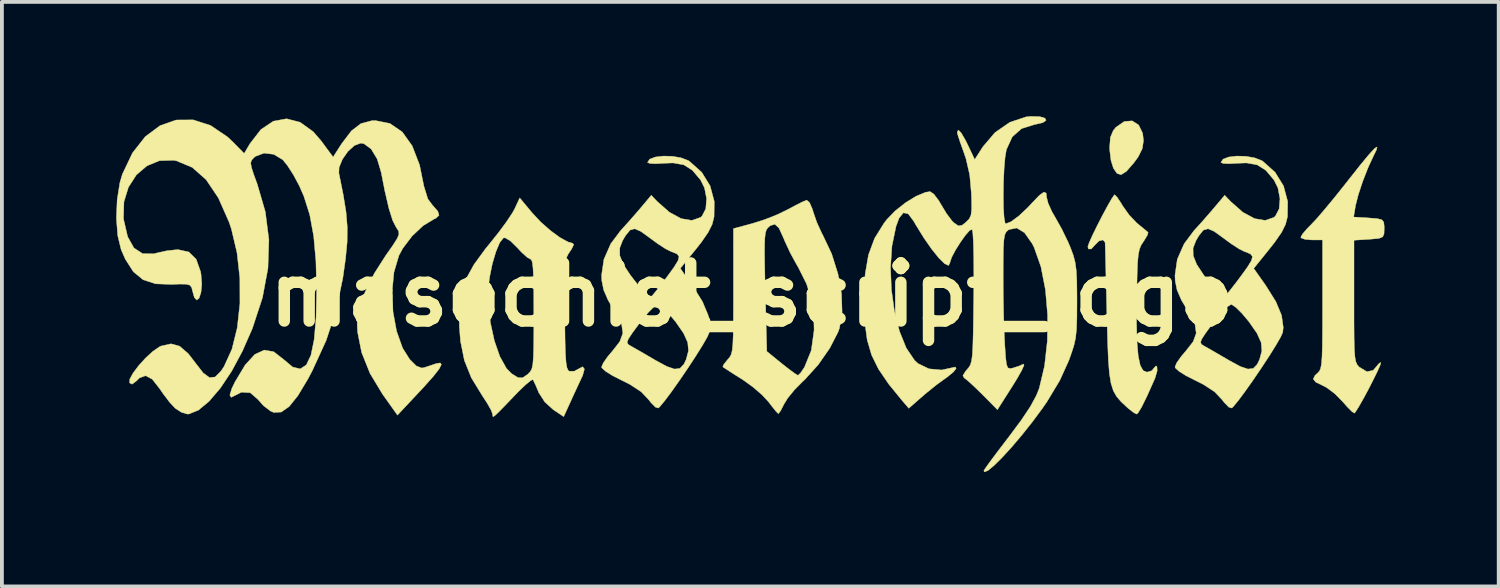
<source format=kicad_pcb>
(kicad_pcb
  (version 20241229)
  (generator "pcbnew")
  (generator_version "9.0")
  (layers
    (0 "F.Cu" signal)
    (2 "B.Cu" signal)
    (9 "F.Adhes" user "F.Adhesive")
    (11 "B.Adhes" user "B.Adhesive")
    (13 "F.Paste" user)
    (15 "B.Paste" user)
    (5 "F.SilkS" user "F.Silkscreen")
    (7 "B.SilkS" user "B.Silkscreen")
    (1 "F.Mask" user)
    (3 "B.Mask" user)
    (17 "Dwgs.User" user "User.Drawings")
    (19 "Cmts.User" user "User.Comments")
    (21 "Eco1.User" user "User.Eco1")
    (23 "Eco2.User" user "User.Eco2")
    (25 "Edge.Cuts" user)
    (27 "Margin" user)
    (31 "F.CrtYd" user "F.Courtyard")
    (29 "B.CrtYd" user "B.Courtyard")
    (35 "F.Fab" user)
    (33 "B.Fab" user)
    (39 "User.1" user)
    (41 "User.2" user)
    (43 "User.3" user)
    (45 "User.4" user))
  (footprint "masochist_script_logo"
    (layer "F.Cu")
    (at 16.676 4.686)
    (property "Reference" "masochist_script_logo" (at 0 0 0) (layer "F.SilkS") (effects (font (size 1.524 1.524) (thickness 0.3))))
    (attr through_hole)
    (fp_poly (pts (xy 10.16 -4.456) (xy 10.265 -4.239) (xy 10.287 -4.045) (xy 10.255 -3.834) (xy 10.146 -3.616) (xy 10.03 -3.458) (xy 9.839 -3.239) (xy 9.7 -3.15) (xy 9.591 -3.184) (xy 9.497 -3.321) (xy 9.433 -3.527) (xy 9.4 -3.8) (xy 9.398 -3.865) (xy 9.418 -4.131) (xy 9.493 -4.31) (xy 9.565 -4.397) (xy 9.783 -4.548) (xy 9.99 -4.564) (xy 10.16 -4.456)) (stroke (width 0.01) (type solid)) (fill yes) (layer "F.SilkS"))
    (fp_poly (pts (xy 9.592 -2.563) (xy 9.695 -2.409) (xy 9.738 -2.336) (xy 9.907 -2.098) (xy 10.108 -1.885) (xy 10.143 -1.856) (xy 10.294 -1.733) (xy 10.393 -1.65) (xy 10.409 -1.636) (xy 10.388 -1.563) (xy 10.303 -1.421) (xy 10.282 -1.39) (xy 10.222 -1.297) (xy 10.18 -1.193) (xy 10.151 -1.05) (xy 10.132 -0.836) (xy 10.12 -0.522) (xy 10.111 -0.078) (xy 10.108 0.081) (xy 10.104 0.74) (xy 10.117 1.245) (xy 10.149 1.612) (xy 10.202 1.856) (xy 10.278 1.991) (xy 10.379 2.032) (xy 10.507 1.993) (xy 10.559 1.926) (xy 10.614 1.868) (xy 10.64 1.886) (xy 10.646 1.995) (xy 10.593 2.179) (xy 10.574 2.225) (xy 10.379 2.661) (xy 10.236 2.952) (xy 10.142 3.104) (xy 10.105 3.133) (xy 10.023 3.089) (xy 9.884 2.98) (xy 9.842 2.942) (xy 9.694 2.803) (xy 9.58 2.67) (xy 9.496 2.521) (xy 9.435 2.329) (xy 9.393 2.073) (xy 9.365 1.726) (xy 9.346 1.264) (xy 9.33 0.664) (xy 9.325 0.481) (xy 9.313 -0.054) (xy 9.301 -0.532) (xy 9.291 -0.926) (xy 9.284 -1.211) (xy 9.279 -1.36) (xy 9.278 -1.376) (xy 9.224 -1.438) (xy 9.119 -1.412) (xy 9.018 -1.313) (xy 9.017 -1.312) (xy 8.918 -1.203) (xy 8.844 -1.2) (xy 8.826 -1.261) (xy 8.86 -1.364) (xy 8.948 -1.56) (xy 9.071 -1.812) (xy 9.209 -2.082) (xy 9.344 -2.332) (xy 9.454 -2.524) (xy 9.521 -2.62) (xy 9.529 -2.625) (xy 9.592 -2.563)) (stroke (width 0.01) (type solid)) (fill yes) (layer "F.SilkS"))
    (fp_poly (pts (xy 16.402 -3.804) (xy 16.332 -3.662) (xy 16.188 -3.352) (xy 16.044 -2.985) (xy 15.924 -2.623) (xy 15.85 -2.332) (xy 15.847 -2.311) (xy 15.803 -2.04) (xy 16.204 -2.015) (xy 16.422 -1.998) (xy 16.542 -1.968) (xy 16.593 -1.906) (xy 16.605 -1.79) (xy 16.605 -1.736) (xy 16.6 -1.597) (xy 16.565 -1.519) (xy 16.47 -1.48) (xy 16.287 -1.462) (xy 16.208 -1.456) (xy 15.812 -1.431) (xy 15.812 0.169) (xy 15.812 0.726) (xy 15.815 1.139) (xy 15.822 1.432) (xy 15.836 1.628) (xy 15.858 1.752) (xy 15.891 1.83) (xy 15.935 1.884) (xy 15.953 1.9) (xy 16.151 2.02) (xy 16.315 1.984) (xy 16.383 1.905) (xy 16.473 1.799) (xy 16.515 1.778) (xy 16.502 1.84) (xy 16.431 2.002) (xy 16.32 2.228) (xy 16.189 2.485) (xy 16.054 2.735) (xy 15.934 2.945) (xy 15.849 3.079) (xy 15.822 3.108) (xy 15.756 3.065) (xy 15.629 2.937) (xy 15.515 2.806) (xy 15.312 2.6) (xy 15.093 2.436) (xy 14.991 2.383) (xy 14.808 2.294) (xy 14.742 2.213) (xy 14.788 2.118) (xy 14.859 2.052) (xy 14.902 2.007) (xy 14.934 1.939) (xy 14.957 1.825) (xy 14.972 1.642) (xy 14.981 1.366) (xy 14.985 0.974) (xy 14.986 0.443) (xy 14.986 0.253) (xy 14.986 -1.439) (xy 14.7 -1.439) (xy 14.53 -1.453) (xy 14.428 -1.489) (xy 14.415 -1.51) (xy 14.462 -1.595) (xy 14.583 -1.737) (xy 14.684 -1.839) (xy 14.828 -1.991) (xy 15.037 -2.234) (xy 15.287 -2.536) (xy 15.555 -2.87) (xy 15.653 -2.995) (xy 15.972 -3.398) (xy 16.205 -3.68) (xy 16.353 -3.84) (xy 16.418 -3.881) (xy 16.402 -3.804)) (stroke (width 0.01) (type solid)) (fill yes) (layer "F.SilkS"))
    (fp_poly (pts (xy 1.521 -2.42) (xy 1.597 -2.247) (xy 1.616 -2.18) (xy 1.713 -1.899) (xy 1.844 -1.612) (xy 1.87 -1.565) (xy 2.102 -1.074) (xy 2.268 -0.548) (xy 2.361 -0.023) (xy 2.376 0.465) (xy 2.306 0.88) (xy 2.273 0.974) (xy 2.052 1.403) (xy 1.749 1.838) (xy 1.398 2.226) (xy 1.33 2.289) (xy 1.124 2.498) (xy 0.948 2.714) (xy 0.847 2.879) (xy 0.764 3.044) (xy 0.706 3.12) (xy 0.701 3.121) (xy 0.64 3.059) (xy 0.523 2.914) (xy 0.445 2.811) (xy 0.276 2.629) (xy 0.039 2.424) (xy -0.221 2.236) (xy -0.254 2.215) (xy -0.476 2.076) (xy -0.649 1.964) (xy -0.745 1.9) (xy -0.755 1.892) (xy -0.73 1.829) (xy -0.634 1.709) (xy -0.628 1.703) (xy -0.576 1.642) (xy -0.537 1.573) (xy -0.51 1.469) (xy -0.492 1.309) (xy -0.482 1.065) (xy -0.478 0.715) (xy -0.476 0.234) (xy -0.476 -0.098) (xy -0.476 -1.242) (xy 0.34 -1.242) (xy 0.342 -0.907) (xy 0.351 -0.441) (xy 0.36 -0.082) (xy 0.4 1.486) (xy 0.787 1.801) (xy 0.984 1.956) (xy 1.137 2.068) (xy 1.216 2.116) (xy 1.218 2.116) (xy 1.283 2.057) (xy 1.382 1.912) (xy 1.389 1.9) (xy 1.568 1.46) (xy 1.641 0.931) (xy 1.634 0.594) (xy 1.573 0.131) (xy 1.443 -0.287) (xy 1.227 -0.718) (xy 1.176 -0.804) (xy 1.019 -1.092) (xy 0.873 -1.406) (xy 0.833 -1.503) (xy 0.718 -1.752) (xy 0.611 -1.851) (xy 0.488 -1.812) (xy 0.426 -1.757) (xy 0.389 -1.704) (xy 0.363 -1.617) (xy 0.347 -1.471) (xy 0.34 -1.242) (xy -0.476 -1.242) (xy -0.476 -1.736) (xy 0.035 -1.874) (xy 0.348 -1.974) (xy 0.678 -2.105) (xy 0.954 -2.239) (xy 0.955 -2.24) (xy 1.173 -2.356) (xy 1.35 -2.444) (xy 1.449 -2.483) (xy 1.449 -2.483) (xy 1.521 -2.42)) (stroke (width 0.01) (type solid)) (fill yes) (layer "F.SilkS"))
    (fp_poly (pts (xy -5.757 -2.148) (xy -5.532 -1.907) (xy -5.277 -1.683) (xy -5.027 -1.5) (xy -4.814 -1.384) (xy -4.704 -1.355) (xy -4.666 -1.318) (xy -4.725 -1.197) (xy -4.754 -1.155) (xy -4.81 -1.072) (xy -4.851 -0.99) (xy -4.879 -0.882) (xy -4.897 -0.722) (xy -4.906 -0.487) (xy -4.908 -0.149) (xy -4.905 0.315) (xy -4.901 0.701) (xy -4.895 1.195) (xy -4.885 1.545) (xy -4.869 1.777) (xy -4.845 1.915) (xy -4.812 1.986) (xy -4.786 2.006) (xy -4.653 2.006) (xy -4.557 1.955) (xy -4.433 1.89) (xy -4.387 1.95) (xy -4.432 2.115) (xy -4.444 2.142) (xy -4.526 2.317) (xy -4.644 2.571) (xy -4.732 2.764) (xy -4.931 3.2) (xy -5.205 3.016) (xy -5.427 2.815) (xy -5.584 2.571) (xy -5.592 2.551) (xy -5.674 2.357) (xy -5.733 2.236) (xy -5.739 2.226) (xy -5.8 2.254) (xy -5.936 2.367) (xy -6.121 2.544) (xy -6.204 2.63) (xy -6.455 2.892) (xy -6.623 3.064) (xy -6.724 3.161) (xy -6.775 3.199) (xy -6.793 3.191) (xy -6.795 3.151) (xy -6.795 3.139) (xy -6.835 3.03) (xy -6.941 2.843) (xy -7.072 2.642) (xy -7.355 2.179) (xy -7.538 1.723) (xy -7.639 1.222) (xy -7.67 0.835) (xy -7.67 0.36) (xy -7.652 0.228) (xy -6.909 0.228) (xy -6.855 0.729) (xy -6.751 1.206) (xy -6.607 1.621) (xy -6.432 1.935) (xy -6.3 2.07) (xy -6.131 2.174) (xy -6.009 2.18) (xy -5.877 2.089) (xy -5.856 2.07) (xy -5.805 2.014) (xy -5.767 1.943) (xy -5.742 1.828) (xy -5.727 1.646) (xy -5.719 1.368) (xy -5.715 0.971) (xy -5.715 0.503) (xy -5.717 -0.042) (xy -5.724 -0.437) (xy -5.736 -0.703) (xy -5.756 -0.859) (xy -5.784 -0.926) (xy -5.799 -0.931) (xy -5.891 -0.983) (xy -6.038 -1.116) (xy -6.15 -1.236) (xy -6.331 -1.414) (xy -6.469 -1.494) (xy -6.513 -1.491) (xy -6.609 -1.37) (xy -6.711 -1.128) (xy -6.805 -0.811) (xy -6.875 -0.464) (xy -6.901 -0.256) (xy -6.909 0.228) (xy -7.652 0.228) (xy -7.614 -0.046) (xy -7.491 -0.419) (xy -7.286 -0.792) (xy -6.987 -1.202) (xy -6.867 -1.349) (xy -6.639 -1.635) (xy -6.434 -1.912) (xy -6.28 -2.143) (xy -6.216 -2.258) (xy -6.085 -2.542) (xy -5.757 -2.148)) (stroke (width 0.01) (type solid)) (fill yes) (layer "F.SilkS"))
    (fp_poly (pts (xy -2.08 -3.634) (xy -1.852 -3.595) (xy -1.663 -3.523) (xy -1.632 -3.504) (xy -1.308 -3.214) (xy -1.088 -2.857) (xy -0.979 -2.45) (xy -0.984 -2.048) (xy -1.033 -1.85) (xy -1.138 -1.639) (xy -1.316 -1.381) (xy -1.448 -1.213) (xy -1.87 -0.691) (xy -1.551 -0.24) (xy -1.289 0.179) (xy -1.138 0.54) (xy -1.094 0.855) (xy -1.108 0.985) (xy -1.162 1.108) (xy -1.285 1.323) (xy -1.459 1.601) (xy -1.663 1.913) (xy -1.88 2.232) (xy -2.088 2.527) (xy -2.27 2.771) (xy -2.405 2.935) (xy -2.445 2.974) (xy -2.522 2.951) (xy -2.643 2.829) (xy -2.699 2.756) (xy -2.896 2.548) (xy -3.191 2.354) (xy -3.413 2.243) (xy -3.648 2.124) (xy -3.829 2.011) (xy -3.927 1.922) (xy -3.937 1.896) (xy -3.891 1.788) (xy -3.773 1.62) (xy -3.651 1.477) (xy -3.473 1.249) (xy -3.266 1.249) (xy -3.24 1.302) (xy -3.17 1.346) (xy -3.042 1.418) (xy -2.835 1.537) (xy -2.59 1.68) (xy -2.513 1.725) (xy -2.224 1.882) (xy -2.021 1.951) (xy -1.879 1.932) (xy -1.777 1.824) (xy -1.716 1.697) (xy -1.656 1.471) (xy -1.675 1.254) (xy -1.783 1.013) (xy -1.988 0.717) (xy -1.999 0.703) (xy -2.181 0.486) (xy -2.342 0.327) (xy -2.451 0.255) (xy -2.461 0.254) (xy -2.557 0.311) (xy -2.71 0.464) (xy -2.892 0.682) (xy -2.95 0.758) (xy -3.131 1.005) (xy -3.233 1.159) (xy -3.266 1.249) (xy -3.473 1.249) (xy -3.458 1.229) (xy -3.378 1.01) (xy -3.41 0.781) (xy -3.55 0.504) (xy -3.578 0.46) (xy -3.769 0.136) (xy -3.881 -0.123) (xy -3.93 -0.363) (xy -3.937 -0.511) (xy -3.875 -0.931) (xy -3.745 -1.225) (xy -3.461 -1.225) (xy -3.458 -1.026) (xy -3.367 -0.797) (xy -3.18 -0.514) (xy -3.061 -0.36) (xy -2.888 -0.148) (xy -2.751 0.009) (xy -2.675 0.082) (xy -2.669 0.085) (xy -2.611 0.028) (xy -2.486 -0.122) (xy -2.317 -0.339) (xy -2.23 -0.455) (xy -2.036 -0.722) (xy -1.929 -0.897) (xy -1.904 -1.004) (xy -1.956 -1.071) (xy -2.081 -1.123) (xy -2.109 -1.132) (xy -2.251 -1.202) (xy -2.455 -1.334) (xy -2.675 -1.495) (xy -2.907 -1.663) (xy -3.068 -1.732) (xy -3.19 -1.697) (xy -3.307 -1.554) (xy -3.385 -1.422) (xy -3.461 -1.225) (xy -3.745 -1.225) (xy -3.695 -1.339) (xy -3.44 -1.679) (xy -3.22 -1.923) (xy -2.988 -2.188) (xy -2.892 -2.301) (xy -2.632 -2.611) (xy -2.475 -2.446) (xy -2.156 -2.166) (xy -1.848 -1.999) (xy -1.569 -1.951) (xy -1.342 -2.029) (xy -1.301 -2.064) (xy -1.202 -2.256) (xy -1.18 -2.522) (xy -1.235 -2.805) (xy -1.337 -3.011) (xy -1.552 -3.266) (xy -1.779 -3.41) (xy -2.059 -3.46) (xy -2.298 -3.451) (xy -2.513 -3.439) (xy -2.668 -3.446) (xy -2.73 -3.472) (xy -2.731 -3.474) (xy -2.673 -3.559) (xy -2.524 -3.615) (xy -2.315 -3.64) (xy -2.08 -3.634)) (stroke (width 0.01) (type solid)) (fill yes) (layer "F.SilkS"))
    (fp_poly (pts (xy 12.969 -3.634) (xy 13.198 -3.595) (xy 13.387 -3.523) (xy 13.418 -3.504) (xy 13.741 -3.214) (xy 13.962 -2.857) (xy 14.071 -2.45) (xy 14.066 -2.048) (xy 14.016 -1.85) (xy 13.912 -1.639) (xy 13.733 -1.381) (xy 13.601 -1.213) (xy 13.18 -0.691) (xy 13.498 -0.24) (xy 13.76 0.179) (xy 13.911 0.54) (xy 13.955 0.855) (xy 13.942 0.985) (xy 13.888 1.108) (xy 13.764 1.323) (xy 13.591 1.601) (xy 13.386 1.913) (xy 13.17 2.232) (xy 12.961 2.527) (xy 12.78 2.771) (xy 12.645 2.935) (xy 12.605 2.974) (xy 12.527 2.951) (xy 12.406 2.829) (xy 12.351 2.756) (xy 12.154 2.548) (xy 11.858 2.354) (xy 11.636 2.243) (xy 11.401 2.124) (xy 11.221 2.011) (xy 11.123 1.922) (xy 11.113 1.896) (xy 11.158 1.788) (xy 11.277 1.62) (xy 11.398 1.477) (xy 11.577 1.249) (xy 11.784 1.249) (xy 11.809 1.302) (xy 11.879 1.346) (xy 12.008 1.418) (xy 12.214 1.537) (xy 12.46 1.68) (xy 12.537 1.725) (xy 12.825 1.882) (xy 13.029 1.951) (xy 13.17 1.932) (xy 13.273 1.824) (xy 13.334 1.697) (xy 13.394 1.471) (xy 13.375 1.254) (xy 13.267 1.013) (xy 13.061 0.717) (xy 13.051 0.703) (xy 12.868 0.486) (xy 12.707 0.327) (xy 12.598 0.255) (xy 12.588 0.254) (xy 12.493 0.311) (xy 12.34 0.464) (xy 12.157 0.682) (xy 12.099 0.758) (xy 11.919 1.005) (xy 11.817 1.159) (xy 11.784 1.249) (xy 11.577 1.249) (xy 11.592 1.229) (xy 11.671 1.01) (xy 11.64 0.781) (xy 11.5 0.504) (xy 11.472 0.46) (xy 11.28 0.136) (xy 11.168 -0.123) (xy 11.119 -0.363) (xy 11.113 -0.511) (xy 11.174 -0.931) (xy 11.304 -1.225) (xy 11.588 -1.225) (xy 11.592 -1.026) (xy 11.683 -0.797) (xy 11.869 -0.514) (xy 11.988 -0.36) (xy 12.162 -0.148) (xy 12.299 0.009) (xy 12.375 0.082) (xy 12.38 0.085) (xy 12.439 0.028) (xy 12.563 -0.122) (xy 12.732 -0.339) (xy 12.819 -0.455) (xy 13.013 -0.722) (xy 13.121 -0.897) (xy 13.146 -1.004) (xy 13.094 -1.071) (xy 12.969 -1.123) (xy 12.94 -1.132) (xy 12.799 -1.202) (xy 12.594 -1.334) (xy 12.375 -1.495) (xy 12.143 -1.663) (xy 11.982 -1.732) (xy 11.859 -1.697) (xy 11.743 -1.554) (xy 11.665 -1.422) (xy 11.588 -1.225) (xy 11.304 -1.225) (xy 11.355 -1.339) (xy 11.609 -1.679) (xy 11.83 -1.923) (xy 12.061 -2.188) (xy 12.157 -2.301) (xy 12.418 -2.611) (xy 12.575 -2.446) (xy 12.893 -2.166) (xy 13.202 -1.999) (xy 13.48 -1.951) (xy 13.707 -2.029) (xy 13.748 -2.064) (xy 13.848 -2.256) (xy 13.869 -2.522) (xy 13.815 -2.805) (xy 13.713 -3.011) (xy 13.498 -3.266) (xy 13.27 -3.41) (xy 12.991 -3.46) (xy 12.752 -3.451) (xy 12.536 -3.439) (xy 12.381 -3.446) (xy 12.319 -3.472) (xy 12.319 -3.474) (xy 12.376 -3.559) (xy 12.525 -3.615) (xy 12.734 -3.64) (xy 12.969 -3.634)) (stroke (width 0.01) (type solid)) (fill yes) (layer "F.SilkS"))
    (fp_poly (pts (xy 7.567 -4.674) (xy 7.701 -4.634) (xy 7.73 -4.577) (xy 7.646 -4.518) (xy 7.445 -4.47) (xy 7.427 -4.468) (xy 7.087 -4.361) (xy 6.841 -4.142) (xy 6.689 -3.809) (xy 6.687 -3.802) (xy 6.653 -3.598) (xy 6.628 -3.303) (xy 6.613 -2.959) (xy 6.608 -2.605) (xy 6.612 -2.281) (xy 6.628 -2.027) (xy 6.654 -1.882) (xy 6.671 -1.863) (xy 6.812 -1.918) (xy 7.016 -2.069) (xy 7.254 -2.293) (xy 7.361 -2.408) (xy 7.554 -2.609) (xy 7.672 -2.694) (xy 7.732 -2.668) (xy 7.747 -2.548) (xy 7.786 -2.396) (xy 7.886 -2.177) (xy 7.974 -2.024) (xy 8.143 -1.723) (xy 8.31 -1.378) (xy 8.371 -1.233) (xy 8.446 -1.031) (xy 8.494 -0.845) (xy 8.523 -0.632) (xy 8.537 -0.348) (xy 8.541 0.051) (xy 8.541 0.171) (xy 8.539 0.599) (xy 8.529 0.905) (xy 8.504 1.137) (xy 8.458 1.343) (xy 8.383 1.57) (xy 8.325 1.73) (xy 8.089 2.25) (xy 7.752 2.81) (xy 7.627 2.99) (xy 7.363 3.346) (xy 7.09 3.689) (xy 6.823 4.003) (xy 6.577 4.272) (xy 6.367 4.48) (xy 6.208 4.612) (xy 6.114 4.651) (xy 6.096 4.619) (xy 6.139 4.55) (xy 6.257 4.386) (xy 6.435 4.147) (xy 6.656 3.857) (xy 6.757 3.725) (xy 7.082 3.288) (xy 7.318 2.934) (xy 7.475 2.645) (xy 7.55 2.457) (xy 7.69 1.868) (xy 7.763 1.213) (xy 7.77 0.533) (xy 7.713 -0.13) (xy 7.595 -0.735) (xy 7.417 -1.24) (xy 7.366 -1.341) (xy 7.163 -1.629) (xy 6.958 -1.753) (xy 6.755 -1.71) (xy 6.737 -1.698) (xy 6.683 -1.649) (xy 6.646 -1.573) (xy 6.623 -1.441) (xy 6.61 -1.224) (xy 6.605 -0.893) (xy 6.604 -0.475) (xy 6.607 0.02) (xy 6.616 0.524) (xy 6.63 0.977) (xy 6.646 1.307) (xy 6.668 1.636) (xy 6.691 1.828) (xy 6.727 1.918) (xy 6.785 1.937) (xy 6.852 1.925) (xy 7.029 1.868) (xy 7.138 1.818) (xy 7.152 1.847) (xy 7.093 1.98) (xy 6.973 2.193) (xy 6.856 2.383) (xy 6.453 3.017) (xy 6.059 2.619) (xy 5.859 2.424) (xy 5.692 2.27) (xy 5.588 2.187) (xy 5.579 2.181) (xy 5.547 2.12) (xy 5.621 2.002) (xy 5.652 1.967) (xy 5.705 1.905) (xy 5.745 1.835) (xy 5.774 1.735) (xy 5.795 1.579) (xy 5.808 1.345) (xy 5.817 1.008) (xy 5.824 0.544) (xy 5.83 0.08) (xy 5.834 -0.501) (xy 5.831 -0.992) (xy 5.822 -1.371) (xy 5.807 -1.619) (xy 5.789 -1.714) (xy 5.727 -1.69) (xy 5.617 -1.567) (xy 5.485 -1.383) (xy 5.355 -1.177) (xy 5.254 -0.987) (xy 5.208 -0.851) (xy 5.207 -0.839) (xy 5.17 -0.768) (xy 5.069 -0.814) (xy 4.918 -0.962) (xy 4.73 -1.194) (xy 4.52 -1.496) (xy 4.301 -1.851) (xy 4.255 -1.932) (xy 4.111 -2.124) (xy 3.985 -2.151) (xy 3.872 -2.012) (xy 3.791 -1.793) (xy 3.685 -1.281) (xy 3.647 -0.716) (xy 3.671 -0.132) (xy 3.751 0.438) (xy 3.883 0.96) (xy 4.06 1.398) (xy 4.277 1.72) (xy 4.367 1.804) (xy 4.655 1.944) (xy 4.987 1.975) (xy 5.228 1.923) (xy 5.35 1.896) (xy 5.369 1.937) (xy 5.295 2.03) (xy 5.134 2.162) (xy 5.06 2.214) (xy 4.854 2.364) (xy 4.611 2.559) (xy 4.461 2.687) (xy 4.127 2.98) (xy 3.956 2.781) (xy 3.597 2.341) (xy 3.333 1.953) (xy 3.15 1.581) (xy 3.035 1.188) (xy 2.974 0.739) (xy 2.954 0.197) (xy 2.954 0.085) (xy 2.981 -0.54) (xy 3.069 -1.048) (xy 3.229 -1.48) (xy 3.474 -1.875) (xy 3.55 -1.974) (xy 3.77 -2.202) (xy 4.04 -2.415) (xy 4.318 -2.586) (xy 4.565 -2.689) (xy 4.686 -2.708) (xy 4.784 -2.642) (xy 4.91 -2.476) (xy 4.975 -2.366) (xy 5.116 -2.132) (xy 5.259 -1.942) (xy 5.308 -1.892) (xy 5.428 -1.808) (xy 5.526 -1.824) (xy 5.626 -1.903) (xy 5.712 -1.989) (xy 5.759 -2.09) (xy 5.777 -2.252) (xy 5.774 -2.52) (xy 5.769 -2.654) (xy 5.726 -3.144) (xy 5.629 -3.566) (xy 5.572 -3.734) (xy 5.48 -3.99) (xy 5.417 -4.183) (xy 5.397 -4.263) (xy 5.426 -4.324) (xy 5.503 -4.247) (xy 5.621 -4.043) (xy 5.675 -3.933) (xy 5.857 -3.549) (xy 6.073 -3.886) (xy 6.39 -4.258) (xy 6.779 -4.527) (xy 7.202 -4.668) (xy 7.334 -4.681) (xy 7.567 -4.674)) (stroke (width 0.01) (type solid)) (fill yes) (layer "F.SilkS"))
    (fp_poly (pts (xy -11.85 -4.528) (xy -11.505 -4.28) (xy -11.297 -4.039) (xy -10.983 -3.614) (xy -10.756 -3.968) (xy -10.504 -4.3) (xy -10.254 -4.492) (xy -9.969 -4.568) (xy -9.875 -4.572) (xy -9.493 -4.496) (xy -9.169 -4.274) (xy -8.908 -3.909) (xy -8.714 -3.408) (xy -8.601 -2.852) (xy -8.497 -2.515) (xy -8.374 -2.35) (xy -8.234 -2.191) (xy -8.203 -2.085) (xy -8.281 -2.01) (xy -8.334 -1.986) (xy -8.62 -1.813) (xy -8.91 -1.54) (xy -9.154 -1.219) (xy -9.257 -1.027) (xy -9.386 -0.591) (xy -9.435 -0.085) (xy -9.411 0.446) (xy -9.317 0.956) (xy -9.159 1.4) (xy -8.972 1.697) (xy -8.796 1.871) (xy -8.655 1.923) (xy -8.596 1.913) (xy -8.408 1.851) (xy -8.287 1.81) (xy -8.171 1.789) (xy -8.141 1.833) (xy -8.201 1.949) (xy -8.356 2.146) (xy -8.609 2.429) (xy -8.711 2.538) (xy -9.294 3.16) (xy -9.688 2.606) (xy -10.014 2.065) (xy -10.234 1.516) (xy -10.341 0.979) (xy -10.351 0.775) (xy -10.297 0.382) (xy -10.144 -0.072) (xy -9.9 -0.563) (xy -9.606 -1.024) (xy -9.417 -1.293) (xy -9.304 -1.47) (xy -9.256 -1.583) (xy -9.261 -1.663) (xy -9.307 -1.741) (xy -9.326 -1.766) (xy -9.42 -1.95) (xy -9.518 -2.263) (xy -9.624 -2.717) (xy -9.72 -3.206) (xy -9.826 -3.563) (xy -9.986 -3.827) (xy -10.177 -3.966) (xy -10.259 -3.979) (xy -10.423 -3.918) (xy -10.594 -3.762) (xy -10.739 -3.555) (xy -10.826 -3.341) (xy -10.832 -3.195) (xy -10.718 -2.629) (xy -10.644 -2.173) (xy -10.611 -1.774) (xy -10.615 -1.383) (xy -10.656 -0.95) (xy -10.73 -0.424) (xy -10.731 -0.423) (xy -10.904 0.407) (xy -11.166 1.201) (xy -11.532 1.999) (xy -11.646 2.214) (xy -11.908 2.65) (xy -12.137 2.935) (xy -12.344 3.079) (xy -12.539 3.09) (xy -12.623 3.055) (xy -12.81 2.912) (xy -12.959 2.745) (xy -13.158 2.572) (xy -13.387 2.558) (xy -13.535 2.632) (xy -13.659 2.692) (xy -13.694 2.633) (xy -13.641 2.46) (xy -13.556 2.284) (xy -13.291 1.843) (xy -13.038 1.566) (xy -12.79 1.452) (xy -12.541 1.496) (xy -12.284 1.697) (xy -12.283 1.697) (xy -12.045 1.897) (xy -11.846 1.946) (xy -11.686 1.842) (xy -11.564 1.584) (xy -11.479 1.168) (xy -11.43 0.593) (xy -11.415 -0.085) (xy -11.434 -0.877) (xy -11.493 -1.538) (xy -11.596 -2.097) (xy -11.75 -2.585) (xy -11.871 -2.861) (xy -12.024 -3.146) (xy -12.185 -3.396) (xy -12.305 -3.543) (xy -12.541 -3.686) (xy -12.796 -3.717) (xy -13.022 -3.632) (xy -13.057 -3.603) (xy -13.121 -3.535) (xy -13.146 -3.461) (xy -13.127 -3.341) (xy -13.06 -3.138) (xy -12.974 -2.904) (xy -12.762 -2.176) (xy -12.668 -1.443) (xy -12.693 -0.695) (xy -12.837 0.077) (xy -13.101 0.882) (xy -13.363 1.479) (xy -13.644 2.003) (xy -13.941 2.449) (xy -14.238 2.797) (xy -14.519 3.03) (xy -14.769 3.13) (xy -14.809 3.132) (xy -14.965 3.085) (xy -15.129 2.978) (xy -15.273 2.823) (xy -15.444 2.599) (xy -15.531 2.471) (xy -15.729 2.218) (xy -15.903 2.124) (xy -16.068 2.184) (xy -16.141 2.259) (xy -16.259 2.348) (xy -16.325 2.313) (xy -16.319 2.213) (xy -16.231 2.052) (xy -16.085 1.859) (xy -15.904 1.66) (xy -15.715 1.487) (xy -15.54 1.366) (xy -15.494 1.345) (xy -15.238 1.288) (xy -15.012 1.35) (xy -14.786 1.544) (xy -14.601 1.784) (xy -14.393 2.052) (xy -14.226 2.175) (xy -14.078 2.158) (xy -13.925 2.003) (xy -13.846 1.884) (xy -13.638 1.428) (xy -13.499 0.866) (xy -13.429 0.232) (xy -13.431 -0.435) (xy -13.505 -1.1) (xy -13.653 -1.727) (xy -13.713 -1.905) (xy -13.994 -2.541) (xy -14.315 -3.019) (xy -14.68 -3.342) (xy -15.092 -3.514) (xy -15.172 -3.529) (xy -15.539 -3.519) (xy -15.87 -3.383) (xy -16.148 -3.144) (xy -16.355 -2.822) (xy -16.473 -2.439) (xy -16.485 -2.016) (xy -16.479 -1.966) (xy -16.376 -1.523) (xy -16.211 -1.228) (xy -15.983 -1.079) (xy -15.69 -1.075) (xy -15.589 -1.101) (xy -15.355 -1.153) (xy -15.097 -1.182) (xy -15.045 -1.183) (xy -14.77 -1.122) (xy -14.577 -0.932) (xy -14.462 -0.608) (xy -14.45 -0.54) (xy -14.43 -0.279) (xy -14.451 -0.061) (xy -14.499 0.087) (xy -14.561 0.14) (xy -14.625 0.072) (xy -14.671 -0.091) (xy -14.696 -0.192) (xy -14.743 -0.251) (xy -14.84 -0.277) (xy -15.015 -0.28) (xy -15.224 -0.271) (xy -15.642 -0.287) (xy -15.969 -0.393) (xy -16.226 -0.604) (xy -16.438 -0.936) (xy -16.547 -1.185) (xy -16.636 -1.551) (xy -16.671 -2.007) (xy -16.651 -2.493) (xy -16.579 -2.945) (xy -16.513 -3.168) (xy -16.247 -3.725) (xy -15.913 -4.15) (xy -15.525 -4.439) (xy -15.1 -4.587) (xy -14.654 -4.59) (xy -14.2 -4.444) (xy -13.755 -4.143) (xy -13.608 -4.004) (xy -13.317 -3.708) (xy -13.166 -3.965) (xy -12.878 -4.337) (xy -12.552 -4.555) (xy -12.204 -4.619) (xy -11.85 -4.528)) (stroke (width 0.01) (type solid)) (fill yes) (layer "F.SilkS")))
  (gr_rect
    (start -3 -3)
    (end 36.286 12.342)
    (stroke (width 0.1) (type default))
    (fill no)
    (layer "Edge.Cuts")))
</source>
